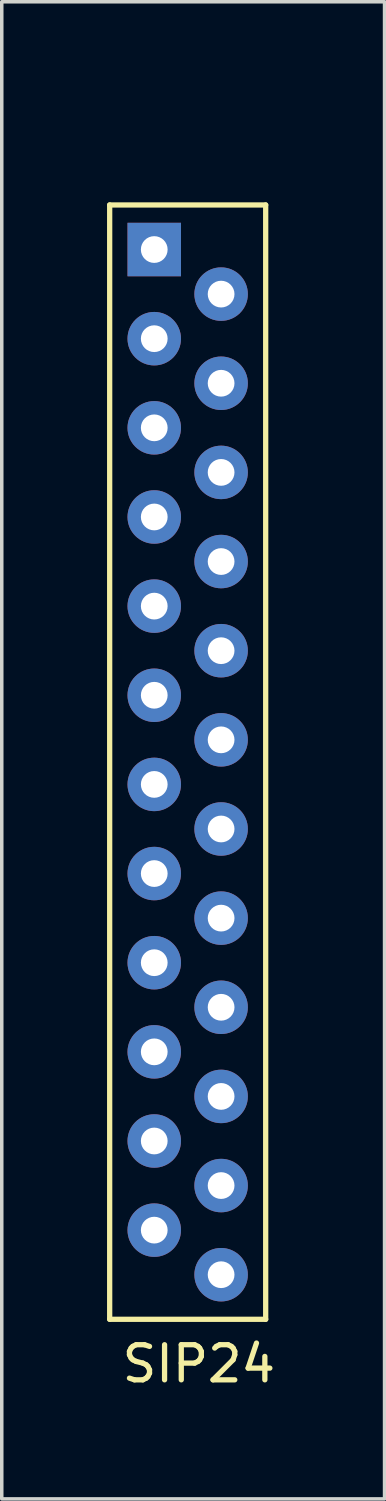
<source format=kicad_pcb>
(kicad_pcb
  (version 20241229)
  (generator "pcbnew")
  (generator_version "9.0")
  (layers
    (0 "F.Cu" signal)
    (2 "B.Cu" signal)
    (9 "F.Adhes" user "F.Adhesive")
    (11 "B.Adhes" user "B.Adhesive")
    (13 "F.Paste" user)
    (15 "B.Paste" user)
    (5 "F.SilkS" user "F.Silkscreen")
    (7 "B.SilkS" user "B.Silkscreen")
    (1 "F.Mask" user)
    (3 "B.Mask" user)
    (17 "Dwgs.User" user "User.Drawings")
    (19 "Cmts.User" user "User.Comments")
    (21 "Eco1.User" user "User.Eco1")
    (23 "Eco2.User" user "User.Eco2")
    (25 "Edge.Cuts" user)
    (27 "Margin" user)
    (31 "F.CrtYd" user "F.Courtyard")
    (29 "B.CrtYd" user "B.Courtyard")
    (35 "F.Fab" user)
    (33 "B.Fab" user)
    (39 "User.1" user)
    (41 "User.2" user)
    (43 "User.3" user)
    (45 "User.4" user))
  (footprint "SIP24"
    (layer "F.Cu")
    (at 2.615 0.25)
    (property "Reference" "SIP24" (at 0 35.56 0) (layer "F.SilkS") (effects (font (size 1 1) (thickness 0.15))))
    (attr through_hole)
    (fp_line (start -2.54 2.54) (end -2.54 34.29) (stroke (width 0.15) (type solid)) (layer "F.SilkS"))
    (fp_line (start -2.54 2.54) (end 1.905 2.54) (stroke (width 0.15) (type solid)) (layer "F.SilkS"))
    (fp_line (start -2.54 34.29) (end 1.905 34.29) (stroke (width 0.15) (type solid)) (layer "F.SilkS"))
    (fp_line (start 1.905 2.54) (end 1.905 34.29) (stroke (width 0.15) (type solid)) (layer "F.SilkS"))
    (pad "1" thru_hole rect (at -1.27 3.81) (size 1.524 1.524) (drill 0.762) (layers "*.Cu" "*.Mask"))
    (pad "2" thru_hole circle (at 0.635 5.08) (size 1.524 1.524) (drill 0.762) (layers "*.Cu" "*.Mask"))
    (pad "3" thru_hole circle (at -1.27 6.35) (size 1.524 1.524) (drill 0.762) (layers "*.Cu" "*.Mask"))
    (pad "4" thru_hole circle (at 0.635 7.62) (size 1.524 1.524) (drill 0.762) (layers "*.Cu" "*.Mask"))
    (pad "5" thru_hole circle (at -1.27 8.89) (size 1.524 1.524) (drill 0.762) (layers "*.Cu" "*.Mask"))
    (pad "6" thru_hole circle (at 0.635 10.16) (size 1.524 1.524) (drill 0.762) (layers "*.Cu" "*.Mask"))
    (pad "7" thru_hole circle (at -1.27 11.43) (size 1.524 1.524) (drill 0.762) (layers "*.Cu" "*.Mask"))
    (pad "8" thru_hole circle (at 0.635 12.7) (size 1.524 1.524) (drill 0.762) (layers "*.Cu" "*.Mask"))
    (pad "9" thru_hole circle (at -1.27 13.97) (size 1.524 1.524) (drill 0.762) (layers "*.Cu" "*.Mask"))
    (pad "10" thru_hole circle (at 0.635 15.24) (size 1.524 1.524) (drill 0.762) (layers "*.Cu" "*.Mask"))
    (pad "11" thru_hole circle (at -1.27 16.51) (size 1.524 1.524) (drill 0.762) (layers "*.Cu" "*.Mask"))
    (pad "12" thru_hole circle (at 0.635 17.78) (size 1.524 1.524) (drill 0.762) (layers "*.Cu" "*.Mask"))
    (pad "13" thru_hole circle (at -1.27 19.05) (size 1.524 1.524) (drill 0.762) (layers "*.Cu" "*.Mask"))
    (pad "14" thru_hole circle (at 0.635 20.32) (size 1.524 1.524) (drill 0.762) (layers "*.Cu" "*.Mask"))
    (pad "15" thru_hole circle (at -1.27 21.59) (size 1.524 1.524) (drill 0.762) (layers "*.Cu" "*.Mask"))
    (pad "16" thru_hole circle (at 0.635 22.86) (size 1.524 1.524) (drill 0.762) (layers "*.Cu" "*.Mask"))
    (pad "17" thru_hole circle (at -1.27 24.13) (size 1.524 1.524) (drill 0.762) (layers "*.Cu" "*.Mask"))
    (pad "18" thru_hole circle (at 0.635 25.4) (size 1.524 1.524) (drill 0.762) (layers "*.Cu" "*.Mask"))
    (pad "19" thru_hole circle (at -1.27 26.67) (size 1.524 1.524) (drill 0.762) (layers "*.Cu" "*.Mask"))
    (pad "20" thru_hole circle (at 0.635 27.94) (size 1.524 1.524) (drill 0.762) (layers "*.Cu" "*.Mask"))
    (pad "21" thru_hole circle (at -1.27 29.21) (size 1.524 1.524) (drill 0.762) (layers "*.Cu" "*.Mask"))
    (pad "22" thru_hole circle (at 0.635 30.48) (size 1.524 1.524) (drill 0.762) (layers "*.Cu" "*.Mask"))
    (pad "23" thru_hole circle (at -1.27 31.75) (size 1.524 1.524) (drill 0.762) (layers "*.Cu" "*.Mask"))
    (pad "24" thru_hole circle (at 0.635 33.02) (size 1.524 1.524) (drill 0.762) (layers "*.Cu" "*.Mask")))
  (gr_rect
    (start -3 -3)
    (end 7.907 39.658)
    (stroke (width 0.1) (type default))
    (fill no)
    (layer "Edge.Cuts")))
</source>
